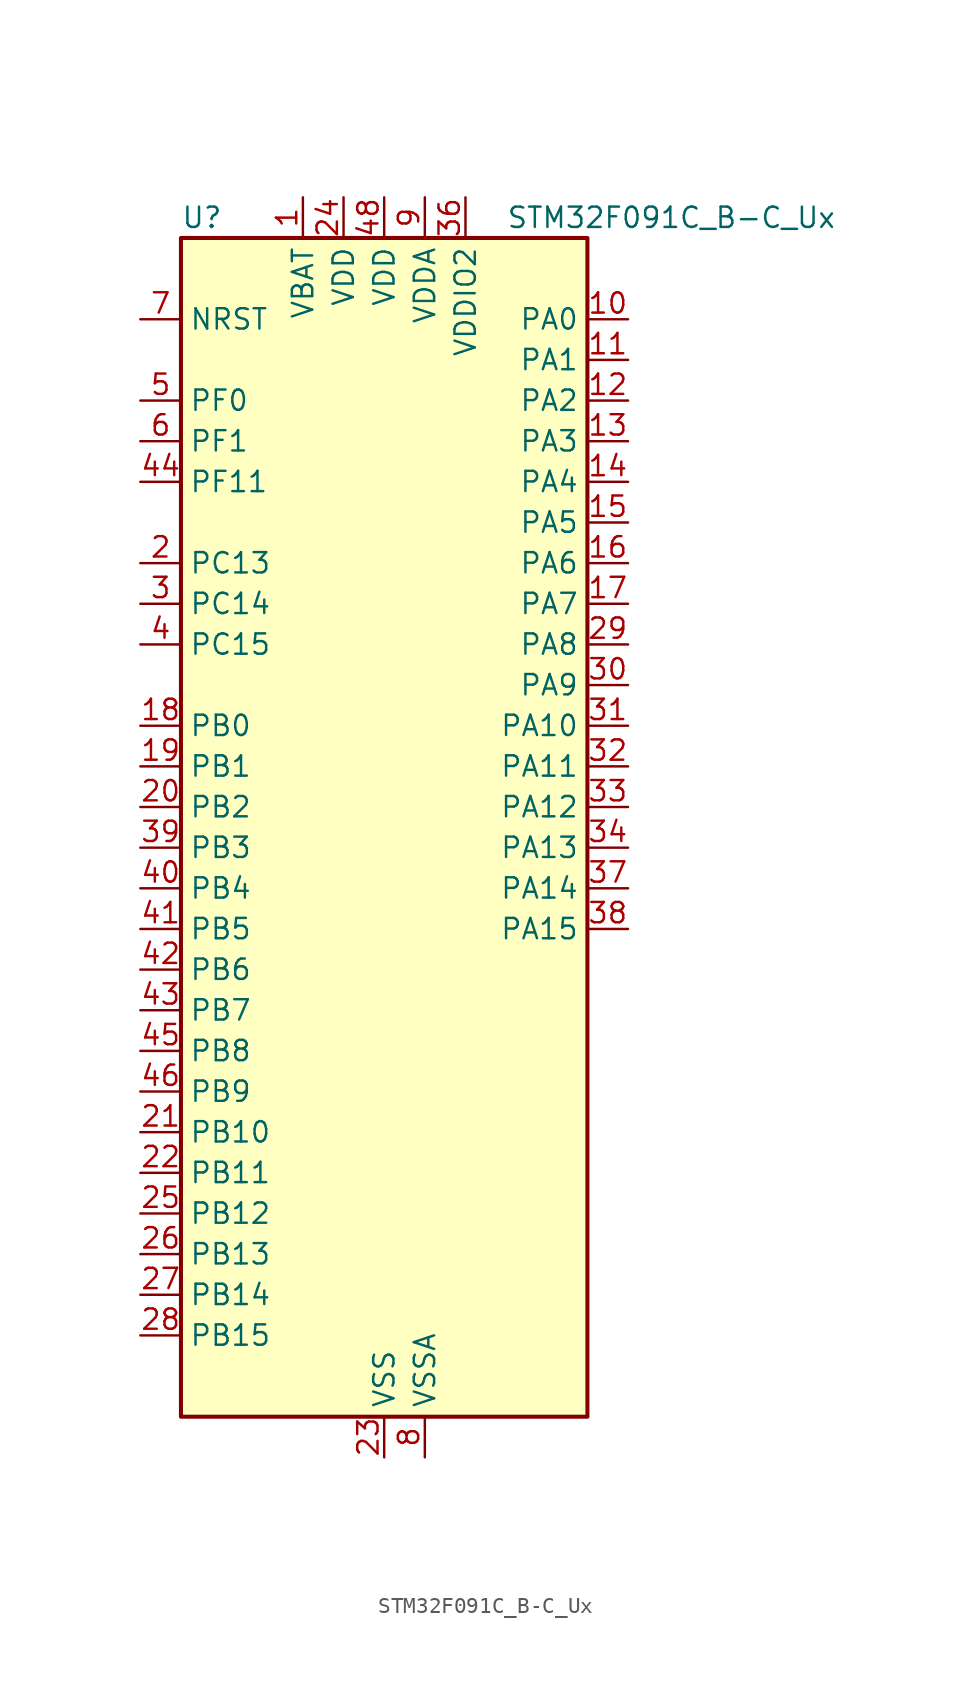
<source format=kicad_sym>
(kicad_symbol_lib
  (version 20241209)
  (generator "kicad_symbol_editor")
  (generator_version "9.0")
  (symbol "STM32F091C_B-C_Ux"
    (property "Reference" "U"
      (at -12.7 39.37 0)
      (effects (font (size 1.27 1.27)) (justify left)))
    (property "Value" "STM32F091C_B-C_Ux"
      (at 7.62 39.37 0)
      (effects (font (size 1.27 1.27)) (justify left)))
    (symbol "STM32F091C_B-C_Ux_0_1"
      (rectangle (start -12.7 -35.56) (end 12.7 38.1) (stroke (width 0.254) (type default)) (fill (type background))))
    (symbol "STM32F091C_B-C_Ux_1_1"
      (pin input line (at -15.24 33.02 0) (length 2.54) (name "NRST" (effects (font (size 1.27 1.27)))) (number "7" (effects (font (size 1.27 1.27)))))
      (pin bidirectional line (at -15.24 27.94 0) (length 2.54) (name "PF0" (effects (font (size 1.27 1.27)))) (number "5" (effects (font (size 1.27 1.27)))) (alternate "CRS_SYNC" bidirectional line) (alternate "I2C1_SDA" bidirectional line) (alternate "RCC_OSC_IN" bidirectional line))
      (pin bidirectional line (at -15.24 25.4 0) (length 2.54) (name "PF1" (effects (font (size 1.27 1.27)))) (number "6" (effects (font (size 1.27 1.27)))) (alternate "I2C1_SCL" bidirectional line) (alternate "RCC_OSC_OUT" bidirectional line))
      (pin bidirectional line (at -15.24 22.86 0) (length 2.54) (name "PF11" (effects (font (size 1.27 1.27)))) (number "44" (effects (font (size 1.27 1.27)))))
      (pin bidirectional line (at -15.24 17.78 0) (length 2.54) (name "PC13" (effects (font (size 1.27 1.27)))) (number "2" (effects (font (size 1.27 1.27)))) (alternate "RTC_OUT_ALARM" bidirectional line) (alternate "RTC_OUT_CALIB" bidirectional line) (alternate "RTC_TAMP1" bidirectional line) (alternate "RTC_TS" bidirectional line) (alternate "SYS_WKUP2" bidirectional line))
      (pin bidirectional line (at -15.24 15.24 0) (length 2.54) (name "PC14" (effects (font (size 1.27 1.27)))) (number "3" (effects (font (size 1.27 1.27)))) (alternate "RCC_OSC32_IN" bidirectional line))
      (pin bidirectional line (at -15.24 12.7 0) (length 2.54) (name "PC15" (effects (font (size 1.27 1.27)))) (number "4" (effects (font (size 1.27 1.27)))) (alternate "RCC_OSC32_OUT" bidirectional line))
      (pin bidirectional line (at -15.24 7.62 0) (length 2.54) (name "PB0" (effects (font (size 1.27 1.27)))) (number "18" (effects (font (size 1.27 1.27)))) (alternate "ADC_IN8" bidirectional line) (alternate "TIM1_CH2N" bidirectional line) (alternate "TIM3_CH3" bidirectional line) (alternate "TSC_G3_IO2" bidirectional line) (alternate "USART3_CK" bidirectional line))
      (pin bidirectional line (at -15.24 5.08 0) (length 2.54) (name "PB1" (effects (font (size 1.27 1.27)))) (number "19" (effects (font (size 1.27 1.27)))) (alternate "ADC_IN9" bidirectional line) (alternate "TIM14_CH1" bidirectional line) (alternate "TIM1_CH3N" bidirectional line) (alternate "TIM3_CH4" bidirectional line) (alternate "TSC_G3_IO3" bidirectional line) (alternate "USART3_DE" bidirectional line) (alternate "USART3_RTS" bidirectional line))
      (pin bidirectional line (at -15.24 2.54 0) (length 2.54) (name "PB2" (effects (font (size 1.27 1.27)))) (number "20" (effects (font (size 1.27 1.27)))) (alternate "TSC_G3_IO4" bidirectional line))
      (pin bidirectional line (at -15.24 0 0) (length 2.54) (name "PB3" (effects (font (size 1.27 1.27)))) (number "39" (effects (font (size 1.27 1.27)))) (alternate "I2S1_CK" bidirectional line) (alternate "SPI1_SCK" bidirectional line) (alternate "TIM2_CH2" bidirectional line) (alternate "TSC_G5_IO1" bidirectional line) (alternate "USART5_TX" bidirectional line))
      (pin bidirectional line (at -15.24 -2.54 0) (length 2.54) (name "PB4" (effects (font (size 1.27 1.27)))) (number "40" (effects (font (size 1.27 1.27)))) (alternate "I2S1_MCK" bidirectional line) (alternate "SPI1_MISO" bidirectional line) (alternate "TIM17_BKIN" bidirectional line) (alternate "TIM3_CH1" bidirectional line) (alternate "TSC_G5_IO2" bidirectional line) (alternate "USART5_RX" bidirectional line))
      (pin bidirectional line (at -15.24 -5.08 0) (length 2.54) (name "PB5" (effects (font (size 1.27 1.27)))) (number "41" (effects (font (size 1.27 1.27)))) (alternate "I2C1_SMBA" bidirectional line) (alternate "I2S1_SD" bidirectional line) (alternate "SPI1_MOSI" bidirectional line) (alternate "SYS_WKUP6" bidirectional line) (alternate "TIM16_BKIN" bidirectional line) (alternate "TIM3_CH2" bidirectional line) (alternate "USART5_CK" bidirectional line) (alternate "USART5_DE" bidirectional line) (alternate "USART5_RTS" bidirectional line))
      (pin bidirectional line (at -15.24 -7.62 0) (length 2.54) (name "PB6" (effects (font (size 1.27 1.27)))) (number "42" (effects (font (size 1.27 1.27)))) (alternate "I2C1_SCL" bidirectional line) (alternate "TIM16_CH1N" bidirectional line) (alternate "TSC_G5_IO3" bidirectional line) (alternate "USART1_TX" bidirectional line))
      (pin bidirectional line (at -15.24 -10.16 0) (length 2.54) (name "PB7" (effects (font (size 1.27 1.27)))) (number "43" (effects (font (size 1.27 1.27)))) (alternate "I2C1_SDA" bidirectional line) (alternate "TIM17_CH1N" bidirectional line) (alternate "TSC_G5_IO4" bidirectional line) (alternate "USART1_RX" bidirectional line) (alternate "USART4_CTS" bidirectional line))
      (pin bidirectional line (at -15.24 -12.7 0) (length 2.54) (name "PB8" (effects (font (size 1.27 1.27)))) (number "45" (effects (font (size 1.27 1.27)))) (alternate "CAN_RX" bidirectional line) (alternate "CEC" bidirectional line) (alternate "I2C1_SCL" bidirectional line) (alternate "TIM16_CH1" bidirectional line) (alternate "TSC_SYNC" bidirectional line))
      (pin bidirectional line (at -15.24 -15.24 0) (length 2.54) (name "PB9" (effects (font (size 1.27 1.27)))) (number "46" (effects (font (size 1.27 1.27)))) (alternate "CAN_TX" bidirectional line) (alternate "DAC_EXTI9" bidirectional line) (alternate "I2C1_SDA" bidirectional line) (alternate "I2S2_WS" bidirectional line) (alternate "IR_OUT" bidirectional line) (alternate "SPI2_NSS" bidirectional line) (alternate "TIM17_CH1" bidirectional line))
      (pin bidirectional line (at -15.24 -17.78 0) (length 2.54) (name "PB10" (effects (font (size 1.27 1.27)))) (number "21" (effects (font (size 1.27 1.27)))) (alternate "CEC" bidirectional line) (alternate "I2C2_SCL" bidirectional line) (alternate "I2S2_CK" bidirectional line) (alternate "SPI2_SCK" bidirectional line) (alternate "TIM2_CH3" bidirectional line) (alternate "TSC_SYNC" bidirectional line) (alternate "USART3_TX" bidirectional line))
      (pin bidirectional line (at -15.24 -20.32 0) (length 2.54) (name "PB11" (effects (font (size 1.27 1.27)))) (number "22" (effects (font (size 1.27 1.27)))) (alternate "I2C2_SDA" bidirectional line) (alternate "TIM2_CH4" bidirectional line) (alternate "TSC_G6_IO1" bidirectional line) (alternate "USART3_RX" bidirectional line))
      (pin bidirectional line (at -15.24 -22.86 0) (length 2.54) (name "PB12" (effects (font (size 1.27 1.27)))) (number "25" (effects (font (size 1.27 1.27)))) (alternate "I2S2_WS" bidirectional line) (alternate "SPI2_NSS" bidirectional line) (alternate "TIM15_BKIN" bidirectional line) (alternate "TIM1_BKIN" bidirectional line) (alternate "TSC_G6_IO2" bidirectional line) (alternate "USART3_CK" bidirectional line))
      (pin bidirectional line (at -15.24 -25.4 0) (length 2.54) (name "PB13" (effects (font (size 1.27 1.27)))) (number "26" (effects (font (size 1.27 1.27)))) (alternate "I2C2_SCL" bidirectional line) (alternate "I2S2_CK" bidirectional line) (alternate "SPI2_SCK" bidirectional line) (alternate "TIM1_CH1N" bidirectional line) (alternate "TSC_G6_IO3" bidirectional line) (alternate "USART3_CTS" bidirectional line))
      (pin bidirectional line (at -15.24 -27.94 0) (length 2.54) (name "PB14" (effects (font (size 1.27 1.27)))) (number "27" (effects (font (size 1.27 1.27)))) (alternate "I2C2_SDA" bidirectional line) (alternate "I2S2_MCK" bidirectional line) (alternate "SPI2_MISO" bidirectional line) (alternate "TIM15_CH1" bidirectional line) (alternate "TIM1_CH2N" bidirectional line) (alternate "TSC_G6_IO4" bidirectional line) (alternate "USART3_DE" bidirectional line) (alternate "USART3_RTS" bidirectional line))
      (pin bidirectional line (at -15.24 -30.48 0) (length 2.54) (name "PB15" (effects (font (size 1.27 1.27)))) (number "28" (effects (font (size 1.27 1.27)))) (alternate "I2S2_SD" bidirectional line) (alternate "RTC_REFIN" bidirectional line) (alternate "SPI2_MOSI" bidirectional line) (alternate "SYS_WKUP7" bidirectional line) (alternate "TIM15_CH1N" bidirectional line) (alternate "TIM15_CH2" bidirectional line) (alternate "TIM1_CH3N" bidirectional line))
      (pin power_in line (at -5.08 40.64 270) (length 2.54) (name "VBAT" (effects (font (size 1.27 1.27)))) (number "1" (effects (font (size 1.27 1.27)))))
      (pin power_in line (at -2.54 40.64 270) (length 2.54) (name "VDD" (effects (font (size 1.27 1.27)))) (number "24" (effects (font (size 1.27 1.27)))))
      (pin power_in line (at 0 40.64 270) (length 2.54) (name "VDD" (effects (font (size 1.27 1.27)))) (number "48" (effects (font (size 1.27 1.27)))))
      (pin power_in line (at 0 -38.1 90) (length 2.54) (name "VSS" (effects (font (size 1.27 1.27)))) (number "23" (effects (font (size 1.27 1.27)))))
      (pin passive line (at 0 -38.1 90) (length 2.54) (hide yes) (name "VSS" (effects (font (size 1.27 1.27)))) (number "35" (effects (font (size 1.27 1.27)))))
      (pin passive line (at 0 -38.1 90) (length 2.54) (hide yes) (name "VSS" (effects (font (size 1.27 1.27)))) (number "47" (effects (font (size 1.27 1.27)))))
      (pin passive line (at 0 -38.1 90) (length 2.54) (hide yes) (name "VSS" (effects (font (size 1.27 1.27)))) (number "49" (effects (font (size 1.27 1.27)))))
      (pin power_in line (at 2.54 40.64 270) (length 2.54) (name "VDDA" (effects (font (size 1.27 1.27)))) (number "9" (effects (font (size 1.27 1.27)))))
      (pin power_in line (at 2.54 -38.1 90) (length 2.54) (name "VSSA" (effects (font (size 1.27 1.27)))) (number "8" (effects (font (size 1.27 1.27)))))
      (pin power_in line (at 5.08 40.64 270) (length 2.54) (name "VDDIO2" (effects (font (size 1.27 1.27)))) (number "36" (effects (font (size 1.27 1.27)))))
      (pin bidirectional line (at 15.24 33.02 180) (length 2.54) (name "PA0" (effects (font (size 1.27 1.27)))) (number "10" (effects (font (size 1.27 1.27)))) (alternate "ADC_IN0" bidirectional line) (alternate "COMP1_INM" bidirectional line) (alternate "COMP1_OUT" bidirectional line) (alternate "RTC_TAMP2" bidirectional line) (alternate "SYS_WKUP1" bidirectional line) (alternate "TIM2_CH1" bidirectional line) (alternate "TIM2_ETR" bidirectional line) (alternate "TSC_G1_IO1" bidirectional line) (alternate "USART2_CTS" bidirectional line) (alternate "USART4_TX" bidirectional line))
      (pin bidirectional line (at 15.24 30.48 180) (length 2.54) (name "PA1" (effects (font (size 1.27 1.27)))) (number "11" (effects (font (size 1.27 1.27)))) (alternate "ADC_IN1" bidirectional line) (alternate "COMP1_INP" bidirectional line) (alternate "TIM15_CH1N" bidirectional line) (alternate "TIM2_CH2" bidirectional line) (alternate "TSC_G1_IO2" bidirectional line) (alternate "USART2_DE" bidirectional line) (alternate "USART2_RTS" bidirectional line) (alternate "USART4_RX" bidirectional line))
      (pin bidirectional line (at 15.24 27.94 180) (length 2.54) (name "PA2" (effects (font (size 1.27 1.27)))) (number "12" (effects (font (size 1.27 1.27)))) (alternate "ADC_IN2" bidirectional line) (alternate "COMP2_INM" bidirectional line) (alternate "COMP2_OUT" bidirectional line) (alternate "SYS_WKUP4" bidirectional line) (alternate "TIM15_CH1" bidirectional line) (alternate "TIM2_CH3" bidirectional line) (alternate "TSC_G1_IO3" bidirectional line) (alternate "USART2_TX" bidirectional line))
      (pin bidirectional line (at 15.24 25.4 180) (length 2.54) (name "PA3" (effects (font (size 1.27 1.27)))) (number "13" (effects (font (size 1.27 1.27)))) (alternate "ADC_IN3" bidirectional line) (alternate "COMP2_INP" bidirectional line) (alternate "TIM15_CH2" bidirectional line) (alternate "TIM2_CH4" bidirectional line) (alternate "TSC_G1_IO4" bidirectional line) (alternate "USART2_RX" bidirectional line))
      (pin bidirectional line (at 15.24 22.86 180) (length 2.54) (name "PA4" (effects (font (size 1.27 1.27)))) (number "14" (effects (font (size 1.27 1.27)))) (alternate "ADC_IN4" bidirectional line) (alternate "COMP1_INM" bidirectional line) (alternate "COMP2_INM" bidirectional line) (alternate "DAC_OUT1" bidirectional line) (alternate "I2S1_WS" bidirectional line) (alternate "SPI1_NSS" bidirectional line) (alternate "TIM14_CH1" bidirectional line) (alternate "TSC_G2_IO1" bidirectional line) (alternate "USART2_CK" bidirectional line) (alternate "USART6_TX" bidirectional line))
      (pin bidirectional line (at 15.24 20.32 180) (length 2.54) (name "PA5" (effects (font (size 1.27 1.27)))) (number "15" (effects (font (size 1.27 1.27)))) (alternate "ADC_IN5" bidirectional line) (alternate "CEC" bidirectional line) (alternate "COMP1_INM" bidirectional line) (alternate "COMP2_INM" bidirectional line) (alternate "DAC_OUT2" bidirectional line) (alternate "I2S1_CK" bidirectional line) (alternate "SPI1_SCK" bidirectional line) (alternate "TIM2_CH1" bidirectional line) (alternate "TIM2_ETR" bidirectional line) (alternate "TSC_G2_IO2" bidirectional line) (alternate "USART6_RX" bidirectional line))
      (pin bidirectional line (at 15.24 17.78 180) (length 2.54) (name "PA6" (effects (font (size 1.27 1.27)))) (number "16" (effects (font (size 1.27 1.27)))) (alternate "ADC_IN6" bidirectional line) (alternate "COMP1_OUT" bidirectional line) (alternate "I2S1_MCK" bidirectional line) (alternate "SPI1_MISO" bidirectional line) (alternate "TIM16_CH1" bidirectional line) (alternate "TIM1_BKIN" bidirectional line) (alternate "TIM3_CH1" bidirectional line) (alternate "TSC_G2_IO3" bidirectional line) (alternate "USART3_CTS" bidirectional line))
      (pin bidirectional line (at 15.24 15.24 180) (length 2.54) (name "PA7" (effects (font (size 1.27 1.27)))) (number "17" (effects (font (size 1.27 1.27)))) (alternate "ADC_IN7" bidirectional line) (alternate "COMP2_OUT" bidirectional line) (alternate "I2S1_SD" bidirectional line) (alternate "SPI1_MOSI" bidirectional line) (alternate "TIM14_CH1" bidirectional line) (alternate "TIM17_CH1" bidirectional line) (alternate "TIM1_CH1N" bidirectional line) (alternate "TIM3_CH2" bidirectional line) (alternate "TSC_G2_IO4" bidirectional line))
      (pin bidirectional line (at 15.24 12.7 180) (length 2.54) (name "PA8" (effects (font (size 1.27 1.27)))) (number "29" (effects (font (size 1.27 1.27)))) (alternate "CRS_SYNC" bidirectional line) (alternate "RCC_MCO" bidirectional line) (alternate "TIM1_CH1" bidirectional line) (alternate "USART1_CK" bidirectional line))
      (pin bidirectional line (at 15.24 10.16 180) (length 2.54) (name "PA9" (effects (font (size 1.27 1.27)))) (number "30" (effects (font (size 1.27 1.27)))) (alternate "DAC_EXTI9" bidirectional line) (alternate "I2C1_SCL" bidirectional line) (alternate "RCC_MCO" bidirectional line) (alternate "TIM15_BKIN" bidirectional line) (alternate "TIM1_CH2" bidirectional line) (alternate "TSC_G4_IO1" bidirectional line) (alternate "USART1_TX" bidirectional line))
      (pin bidirectional line (at 15.24 7.62 180) (length 2.54) (name "PA10" (effects (font (size 1.27 1.27)))) (number "31" (effects (font (size 1.27 1.27)))) (alternate "I2C1_SDA" bidirectional line) (alternate "TIM17_BKIN" bidirectional line) (alternate "TIM1_CH3" bidirectional line) (alternate "TSC_G4_IO2" bidirectional line) (alternate "USART1_RX" bidirectional line))
      (pin bidirectional line (at 15.24 5.08 180) (length 2.54) (name "PA11" (effects (font (size 1.27 1.27)))) (number "32" (effects (font (size 1.27 1.27)))) (alternate "CAN_RX" bidirectional line) (alternate "COMP1_OUT" bidirectional line) (alternate "I2C2_SCL" bidirectional line) (alternate "TIM1_CH4" bidirectional line) (alternate "TSC_G4_IO3" bidirectional line) (alternate "USART1_CTS" bidirectional line))
      (pin bidirectional line (at 15.24 2.54 180) (length 2.54) (name "PA12" (effects (font (size 1.27 1.27)))) (number "33" (effects (font (size 1.27 1.27)))) (alternate "CAN_TX" bidirectional line) (alternate "COMP2_OUT" bidirectional line) (alternate "I2C2_SDA" bidirectional line) (alternate "TIM1_ETR" bidirectional line) (alternate "TSC_G4_IO4" bidirectional line) (alternate "USART1_DE" bidirectional line) (alternate "USART1_RTS" bidirectional line))
      (pin bidirectional line (at 15.24 0 180) (length 2.54) (name "PA13" (effects (font (size 1.27 1.27)))) (number "34" (effects (font (size 1.27 1.27)))) (alternate "IR_OUT" bidirectional line) (alternate "SYS_SWDIO" bidirectional line))
      (pin bidirectional line (at 15.24 -2.54 180) (length 2.54) (name "PA14" (effects (font (size 1.27 1.27)))) (number "37" (effects (font (size 1.27 1.27)))) (alternate "SYS_SWCLK" bidirectional line) (alternate "USART2_TX" bidirectional line))
      (pin bidirectional line (at 15.24 -5.08 180) (length 2.54) (name "PA15" (effects (font (size 1.27 1.27)))) (number "38" (effects (font (size 1.27 1.27)))) (alternate "I2S1_WS" bidirectional line) (alternate "SPI1_NSS" bidirectional line) (alternate "TIM2_CH1" bidirectional line) (alternate "TIM2_ETR" bidirectional line) (alternate "USART2_RX" bidirectional line) (alternate "USART4_DE" bidirectional line) (alternate "USART4_RTS" bidirectional line)))))
</source>
